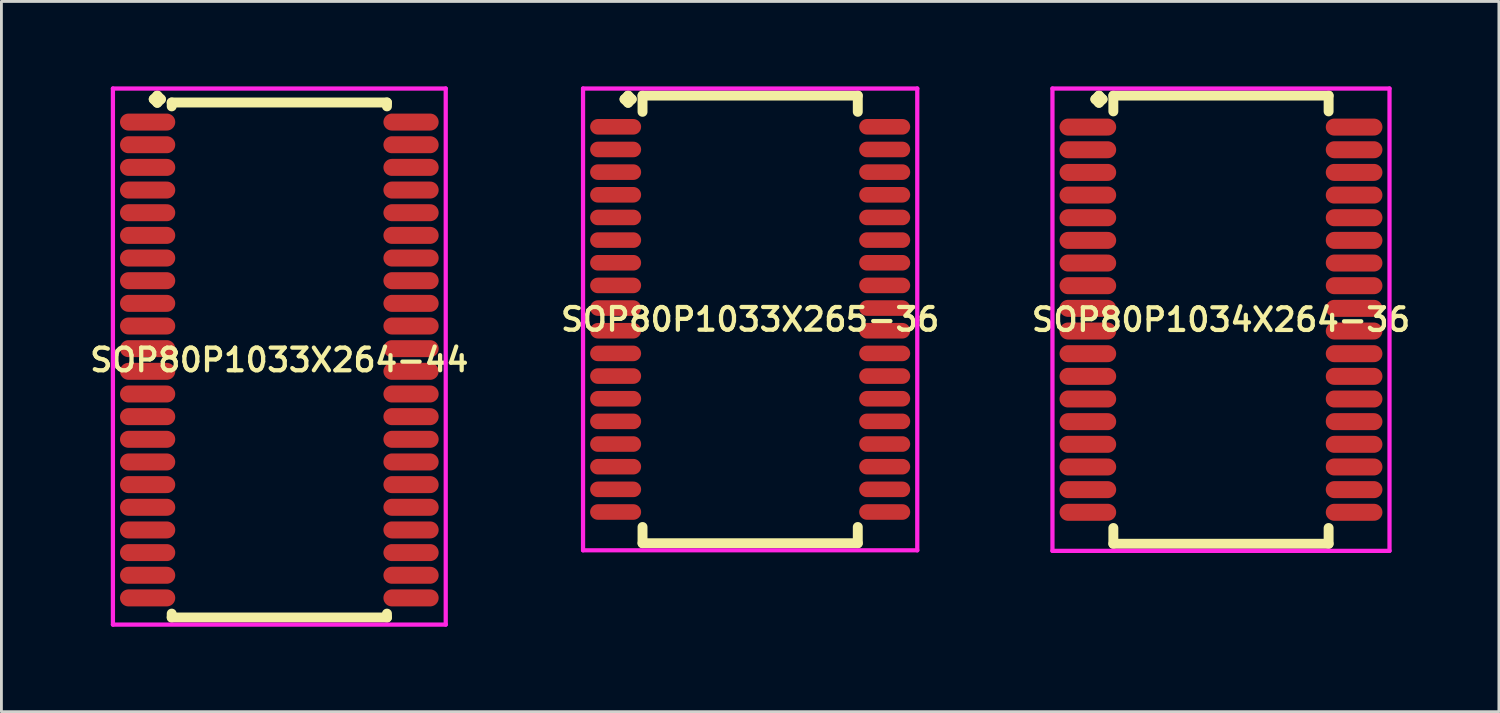
<source format=kicad_pcb>
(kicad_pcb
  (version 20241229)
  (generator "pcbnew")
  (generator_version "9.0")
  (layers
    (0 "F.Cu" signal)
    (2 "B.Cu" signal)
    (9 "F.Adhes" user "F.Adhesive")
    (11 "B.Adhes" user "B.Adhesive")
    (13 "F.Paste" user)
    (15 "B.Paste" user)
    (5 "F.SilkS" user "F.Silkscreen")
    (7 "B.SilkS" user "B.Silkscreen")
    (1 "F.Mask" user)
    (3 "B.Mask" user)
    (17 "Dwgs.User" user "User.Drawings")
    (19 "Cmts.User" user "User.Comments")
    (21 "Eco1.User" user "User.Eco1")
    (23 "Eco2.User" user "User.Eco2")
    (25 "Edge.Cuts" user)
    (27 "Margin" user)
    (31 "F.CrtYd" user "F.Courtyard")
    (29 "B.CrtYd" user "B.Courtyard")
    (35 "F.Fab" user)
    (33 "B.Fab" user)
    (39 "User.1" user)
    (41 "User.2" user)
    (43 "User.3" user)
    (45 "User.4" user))
  (footprint "SOP80P1033X265-36"
    (layer "F.Cu")
    (at 23.435 8.227)
    (property "Reference" "SOP80P1033X265-36" (at 0 0 0) (layer "F.SilkS") (effects (font (size 0.8 0.8) (thickness 0.15))))
    (attr smd)
    (fp_line (start -4.435 -7.775) (end -4.308 -7.902) (stroke (width 0.35) (type solid)) (layer "F.SilkS"))
    (fp_line (start -4.308 -7.902) (end -4.181 -7.775) (stroke (width 0.35) (type solid)) (layer "F.SilkS"))
    (fp_line (start -4.308 -7.648) (end -4.435 -7.775) (stroke (width 0.35) (type solid)) (layer "F.SilkS"))
    (fp_line (start -4.181 -7.775) (end -4.308 -7.648) (stroke (width 0.35) (type solid)) (layer "F.SilkS"))
    (fp_line (start -3.8 -7.902) (end 3.8 -7.902) (stroke (width 0.35) (type solid)) (layer "F.SilkS"))
    (fp_line (start -3.8 -7.329) (end -3.8 -7.902) (stroke (width 0.35) (type solid)) (layer "F.SilkS"))
    (fp_line (start -3.8 7.329) (end -3.8 7.902) (stroke (width 0.35) (type solid)) (layer "F.SilkS"))
    (fp_line (start -3.8 7.902) (end 3.8 7.902) (stroke (width 0.35) (type solid)) (layer "F.SilkS"))
    (fp_line (start 3.8 -7.902) (end 3.8 -7.329) (stroke (width 0.35) (type solid)) (layer "F.SilkS"))
    (fp_line (start 3.8 7.902) (end 3.8 7.329) (stroke (width 0.35) (type solid)) (layer "F.SilkS"))
    (fp_line (start -5.9 -8.152) (end 5.9 -8.152) (stroke (width 0.15) (type solid)) (layer "F.CrtYd"))
    (fp_line (start -5.9 8.152) (end -5.9 -8.152) (stroke (width 0.15) (type solid)) (layer "F.CrtYd"))
    (fp_line (start 5.9 -8.152) (end 5.9 8.152) (stroke (width 0.15) (type solid)) (layer "F.CrtYd"))
    (fp_line (start 5.9 8.152) (end -5.9 8.152) (stroke (width 0.15) (type solid)) (layer "F.CrtYd"))
    (pad "1" smd oval (at -4.75 -6.8) (size 1.8 0.55) (layers "F.Cu" "F.Mask" "F.Paste"))
    (pad "2" smd oval (at -4.75 -6) (size 1.8 0.55) (layers "F.Cu" "F.Mask" "F.Paste"))
    (pad "3" smd oval (at -4.75 -5.2) (size 1.8 0.55) (layers "F.Cu" "F.Mask" "F.Paste"))
    (pad "4" smd oval (at -4.75 -4.4) (size 1.8 0.55) (layers "F.Cu" "F.Mask" "F.Paste"))
    (pad "5" smd oval (at -4.75 -3.6) (size 1.8 0.55) (layers "F.Cu" "F.Mask" "F.Paste"))
    (pad "6" smd oval (at -4.75 -2.8) (size 1.8 0.55) (layers "F.Cu" "F.Mask" "F.Paste"))
    (pad "7" smd oval (at -4.75 -2) (size 1.8 0.55) (layers "F.Cu" "F.Mask" "F.Paste"))
    (pad "8" smd oval (at -4.75 -1.2) (size 1.8 0.55) (layers "F.Cu" "F.Mask" "F.Paste"))
    (pad "9" smd oval (at -4.75 -0.4) (size 1.8 0.55) (layers "F.Cu" "F.Mask" "F.Paste"))
    (pad "10" smd oval (at -4.75 0.4) (size 1.8 0.55) (layers "F.Cu" "F.Mask" "F.Paste"))
    (pad "11" smd oval (at -4.75 1.2) (size 1.8 0.55) (layers "F.Cu" "F.Mask" "F.Paste"))
    (pad "12" smd oval (at -4.75 2) (size 1.8 0.55) (layers "F.Cu" "F.Mask" "F.Paste"))
    (pad "13" smd oval (at -4.75 2.8) (size 1.8 0.55) (layers "F.Cu" "F.Mask" "F.Paste"))
    (pad "14" smd oval (at -4.75 3.6) (size 1.8 0.55) (layers "F.Cu" "F.Mask" "F.Paste"))
    (pad "15" smd oval (at -4.75 4.4) (size 1.8 0.55) (layers "F.Cu" "F.Mask" "F.Paste"))
    (pad "16" smd oval (at -4.75 5.2) (size 1.8 0.55) (layers "F.Cu" "F.Mask" "F.Paste"))
    (pad "17" smd oval (at -4.75 6) (size 1.8 0.55) (layers "F.Cu" "F.Mask" "F.Paste"))
    (pad "18" smd oval (at -4.75 6.8) (size 1.8 0.55) (layers "F.Cu" "F.Mask" "F.Paste"))
    (pad "19" smd oval (at 4.75 6.8) (size 1.8 0.55) (layers "F.Cu" "F.Mask" "F.Paste"))
    (pad "20" smd oval (at 4.75 6) (size 1.8 0.55) (layers "F.Cu" "F.Mask" "F.Paste"))
    (pad "21" smd oval (at 4.75 5.2) (size 1.8 0.55) (layers "F.Cu" "F.Mask" "F.Paste"))
    (pad "22" smd oval (at 4.75 4.4) (size 1.8 0.55) (layers "F.Cu" "F.Mask" "F.Paste"))
    (pad "23" smd oval (at 4.75 3.6) (size 1.8 0.55) (layers "F.Cu" "F.Mask" "F.Paste"))
    (pad "24" smd oval (at 4.75 2.8) (size 1.8 0.55) (layers "F.Cu" "F.Mask" "F.Paste"))
    (pad "25" smd oval (at 4.75 2) (size 1.8 0.55) (layers "F.Cu" "F.Mask" "F.Paste"))
    (pad "26" smd oval (at 4.75 1.2) (size 1.8 0.55) (layers "F.Cu" "F.Mask" "F.Paste"))
    (pad "27" smd oval (at 4.75 0.4) (size 1.8 0.55) (layers "F.Cu" "F.Mask" "F.Paste"))
    (pad "28" smd oval (at 4.75 -0.4) (size 1.8 0.55) (layers "F.Cu" "F.Mask" "F.Paste"))
    (pad "29" smd oval (at 4.75 -1.2) (size 1.8 0.55) (layers "F.Cu" "F.Mask" "F.Paste"))
    (pad "30" smd oval (at 4.75 -2) (size 1.8 0.55) (layers "F.Cu" "F.Mask" "F.Paste"))
    (pad "31" smd oval (at 4.75 -2.8) (size 1.8 0.55) (layers "F.Cu" "F.Mask" "F.Paste"))
    (pad "32" smd oval (at 4.75 -3.6) (size 1.8 0.55) (layers "F.Cu" "F.Mask" "F.Paste"))
    (pad "33" smd oval (at 4.75 -4.4) (size 1.8 0.55) (layers "F.Cu" "F.Mask" "F.Paste"))
    (pad "34" smd oval (at 4.75 -5.2) (size 1.8 0.55) (layers "F.Cu" "F.Mask" "F.Paste"))
    (pad "35" smd oval (at 4.75 -6) (size 1.8 0.55) (layers "F.Cu" "F.Mask" "F.Paste"))
    (pad "36" smd oval (at 4.75 -6.8) (size 1.8 0.55) (layers "F.Cu" "F.Mask" "F.Paste")))
  (footprint "SOP80P1033X264-44"
    (layer "F.Cu")
    (at 6.812 9.66)
    (property "Reference" "SOP80P1033X264-44" (at 0 0 0) (layer "F.SilkS") (effects (font (size 0.8 0.8) (thickness 0.15))))
    (attr smd)
    (fp_line (start -4.435 -9.208) (end -4.308 -9.335) (stroke (width 0.35) (type solid)) (layer "F.SilkS"))
    (fp_line (start -4.308 -9.335) (end -4.181 -9.208) (stroke (width 0.35) (type solid)) (layer "F.SilkS"))
    (fp_line (start -4.308 -9.081) (end -4.435 -9.208) (stroke (width 0.35) (type solid)) (layer "F.SilkS"))
    (fp_line (start -4.181 -9.208) (end -4.308 -9.081) (stroke (width 0.35) (type solid)) (layer "F.SilkS"))
    (fp_line (start -3.8 -9.092) (end 3.8 -9.092) (stroke (width 0.35) (type solid)) (layer "F.SilkS"))
    (fp_line (start -3.8 -8.954) (end -3.8 -9.092) (stroke (width 0.35) (type solid)) (layer "F.SilkS"))
    (fp_line (start -3.8 8.954) (end -3.8 9.092) (stroke (width 0.35) (type solid)) (layer "F.SilkS"))
    (fp_line (start -3.8 9.092) (end 3.8 9.092) (stroke (width 0.35) (type solid)) (layer "F.SilkS"))
    (fp_line (start 3.8 -9.092) (end 3.8 -8.954) (stroke (width 0.35) (type solid)) (layer "F.SilkS"))
    (fp_line (start 3.8 9.092) (end 3.8 8.954) (stroke (width 0.35) (type solid)) (layer "F.SilkS"))
    (fp_line (start -5.875 -9.585) (end 5.875 -9.585) (stroke (width 0.15) (type solid)) (layer "F.CrtYd"))
    (fp_line (start -5.875 9.342) (end -5.875 -9.585) (stroke (width 0.15) (type solid)) (layer "F.CrtYd"))
    (fp_line (start 5.875 -9.585) (end 5.875 9.342) (stroke (width 0.15) (type solid)) (layer "F.CrtYd"))
    (fp_line (start 5.875 9.342) (end -5.875 9.342) (stroke (width 0.15) (type solid)) (layer "F.CrtYd"))
    (pad "1" smd oval (at -4.65 -8.4) (size 1.95 0.6) (layers "F.Cu" "F.Mask" "F.Paste"))
    (pad "2" smd oval (at -4.65 -7.6) (size 1.95 0.6) (layers "F.Cu" "F.Mask" "F.Paste"))
    (pad "3" smd oval (at -4.65 -6.8) (size 1.95 0.6) (layers "F.Cu" "F.Mask" "F.Paste"))
    (pad "4" smd oval (at -4.65 -6) (size 1.95 0.6) (layers "F.Cu" "F.Mask" "F.Paste"))
    (pad "5" smd oval (at -4.65 -5.2) (size 1.95 0.6) (layers "F.Cu" "F.Mask" "F.Paste"))
    (pad "6" smd oval (at -4.65 -4.4) (size 1.95 0.6) (layers "F.Cu" "F.Mask" "F.Paste"))
    (pad "7" smd oval (at -4.65 -3.6) (size 1.95 0.6) (layers "F.Cu" "F.Mask" "F.Paste"))
    (pad "8" smd oval (at -4.65 -2.8) (size 1.95 0.6) (layers "F.Cu" "F.Mask" "F.Paste"))
    (pad "9" smd oval (at -4.65 -2) (size 1.95 0.6) (layers "F.Cu" "F.Mask" "F.Paste"))
    (pad "10" smd oval (at -4.65 -1.2) (size 1.95 0.6) (layers "F.Cu" "F.Mask" "F.Paste"))
    (pad "11" smd oval (at -4.65 -0.4) (size 1.95 0.6) (layers "F.Cu" "F.Mask" "F.Paste"))
    (pad "12" smd oval (at -4.65 0.4) (size 1.95 0.6) (layers "F.Cu" "F.Mask" "F.Paste"))
    (pad "13" smd oval (at -4.65 1.2) (size 1.95 0.6) (layers "F.Cu" "F.Mask" "F.Paste"))
    (pad "14" smd oval (at -4.65 2) (size 1.95 0.6) (layers "F.Cu" "F.Mask" "F.Paste"))
    (pad "15" smd oval (at -4.65 2.8) (size 1.95 0.6) (layers "F.Cu" "F.Mask" "F.Paste"))
    (pad "16" smd oval (at -4.65 3.6) (size 1.95 0.6) (layers "F.Cu" "F.Mask" "F.Paste"))
    (pad "17" smd oval (at -4.65 4.4) (size 1.95 0.6) (layers "F.Cu" "F.Mask" "F.Paste"))
    (pad "18" smd oval (at -4.65 5.2) (size 1.95 0.6) (layers "F.Cu" "F.Mask" "F.Paste"))
    (pad "19" smd oval (at -4.65 6) (size 1.95 0.6) (layers "F.Cu" "F.Mask" "F.Paste"))
    (pad "20" smd oval (at -4.65 6.8) (size 1.95 0.6) (layers "F.Cu" "F.Mask" "F.Paste"))
    (pad "21" smd oval (at -4.65 7.6) (size 1.95 0.6) (layers "F.Cu" "F.Mask" "F.Paste"))
    (pad "22" smd oval (at -4.65 8.4) (size 1.95 0.6) (layers "F.Cu" "F.Mask" "F.Paste"))
    (pad "23" smd oval (at 4.65 8.4) (size 1.95 0.6) (layers "F.Cu" "F.Mask" "F.Paste"))
    (pad "24" smd oval (at 4.65 7.6) (size 1.95 0.6) (layers "F.Cu" "F.Mask" "F.Paste"))
    (pad "25" smd oval (at 4.65 6.8) (size 1.95 0.6) (layers "F.Cu" "F.Mask" "F.Paste"))
    (pad "26" smd oval (at 4.65 6) (size 1.95 0.6) (layers "F.Cu" "F.Mask" "F.Paste"))
    (pad "27" smd oval (at 4.65 5.2) (size 1.95 0.6) (layers "F.Cu" "F.Mask" "F.Paste"))
    (pad "28" smd oval (at 4.65 4.4) (size 1.95 0.6) (layers "F.Cu" "F.Mask" "F.Paste"))
    (pad "29" smd oval (at 4.65 3.6) (size 1.95 0.6) (layers "F.Cu" "F.Mask" "F.Paste"))
    (pad "30" smd oval (at 4.65 2.8) (size 1.95 0.6) (layers "F.Cu" "F.Mask" "F.Paste"))
    (pad "31" smd oval (at 4.65 2) (size 1.95 0.6) (layers "F.Cu" "F.Mask" "F.Paste"))
    (pad "32" smd oval (at 4.65 1.2) (size 1.95 0.6) (layers "F.Cu" "F.Mask" "F.Paste"))
    (pad "33" smd oval (at 4.65 0.4) (size 1.95 0.6) (layers "F.Cu" "F.Mask" "F.Paste"))
    (pad "34" smd oval (at 4.65 -0.4) (size 1.95 0.6) (layers "F.Cu" "F.Mask" "F.Paste"))
    (pad "35" smd oval (at 4.65 -1.2) (size 1.95 0.6) (layers "F.Cu" "F.Mask" "F.Paste"))
    (pad "36" smd oval (at 4.65 -2) (size 1.95 0.6) (layers "F.Cu" "F.Mask" "F.Paste"))
    (pad "37" smd oval (at 4.65 -2.8) (size 1.95 0.6) (layers "F.Cu" "F.Mask" "F.Paste"))
    (pad "38" smd oval (at 4.65 -3.6) (size 1.95 0.6) (layers "F.Cu" "F.Mask" "F.Paste"))
    (pad "39" smd oval (at 4.65 -4.4) (size 1.95 0.6) (layers "F.Cu" "F.Mask" "F.Paste"))
    (pad "40" smd oval (at 4.65 -5.2) (size 1.95 0.6) (layers "F.Cu" "F.Mask" "F.Paste"))
    (pad "41" smd oval (at 4.65 -6) (size 1.95 0.6) (layers "F.Cu" "F.Mask" "F.Paste"))
    (pad "42" smd oval (at 4.65 -6.8) (size 1.95 0.6) (layers "F.Cu" "F.Mask" "F.Paste"))
    (pad "43" smd oval (at 4.65 -7.6) (size 1.95 0.6) (layers "F.Cu" "F.Mask" "F.Paste"))
    (pad "44" smd oval (at 4.65 -8.4) (size 1.95 0.6) (layers "F.Cu" "F.Mask" "F.Paste")))
  (footprint "SOP80P1034X264-36"
    (layer "F.Cu")
    (at 40.058 8.237)
    (property "Reference" "SOP80P1034X264-36" (at 0 0 0) (layer "F.SilkS") (effects (font (size 0.8 0.8) (thickness 0.15))))
    (attr through_hole)
    (fp_line (start -4.435 -7.785) (end -4.308 -7.912) (stroke (width 0.35) (type solid)) (layer "F.SilkS"))
    (fp_line (start -4.308 -7.912) (end -4.181 -7.785) (stroke (width 0.35) (type solid)) (layer "F.SilkS"))
    (fp_line (start -4.308 -7.658) (end -4.435 -7.785) (stroke (width 0.35) (type solid)) (layer "F.SilkS"))
    (fp_line (start -4.181 -7.785) (end -4.308 -7.658) (stroke (width 0.35) (type solid)) (layer "F.SilkS"))
    (fp_line (start -3.8 -7.912) (end 3.8 -7.912) (stroke (width 0.35) (type solid)) (layer "F.SilkS"))
    (fp_line (start -3.8 -7.354) (end -3.8 -7.912) (stroke (width 0.35) (type solid)) (layer "F.SilkS"))
    (fp_line (start -3.8 7.354) (end -3.8 7.912) (stroke (width 0.35) (type solid)) (layer "F.SilkS"))
    (fp_line (start -3.8 7.912) (end 3.8 7.912) (stroke (width 0.35) (type solid)) (layer "F.SilkS"))
    (fp_line (start 3.8 -7.912) (end 3.8 -7.354) (stroke (width 0.35) (type solid)) (layer "F.SilkS"))
    (fp_line (start 3.8 7.912) (end 3.8 7.354) (stroke (width 0.35) (type solid)) (layer "F.SilkS"))
    (fp_line (start -5.95 -8.162) (end 5.95 -8.162) (stroke (width 0.15) (type solid)) (layer "F.CrtYd"))
    (fp_line (start -5.95 8.162) (end -5.95 -8.162) (stroke (width 0.15) (type solid)) (layer "F.CrtYd"))
    (fp_line (start 5.95 -8.162) (end 5.95 8.162) (stroke (width 0.15) (type solid)) (layer "F.CrtYd"))
    (fp_line (start 5.95 8.162) (end -5.95 8.162) (stroke (width 0.15) (type solid)) (layer "F.CrtYd"))
    (pad "1" smd oval (at -4.7 -6.8) (size 2 0.6) (layers "F.Cu" "F.Mask" "F.Paste"))
    (pad "2" smd oval (at -4.7 -6) (size 2 0.6) (layers "F.Cu" "F.Mask" "F.Paste"))
    (pad "3" smd oval (at -4.7 -5.2) (size 2 0.6) (layers "F.Cu" "F.Mask" "F.Paste"))
    (pad "4" smd oval (at -4.7 -4.4) (size 2 0.6) (layers "F.Cu" "F.Mask" "F.Paste"))
    (pad "5" smd oval (at -4.7 -3.6) (size 2 0.6) (layers "F.Cu" "F.Mask" "F.Paste"))
    (pad "6" smd oval (at -4.7 -2.8) (size 2 0.6) (layers "F.Cu" "F.Mask" "F.Paste"))
    (pad "7" smd oval (at -4.7 -2) (size 2 0.6) (layers "F.Cu" "F.Mask" "F.Paste"))
    (pad "8" smd oval (at -4.7 -1.2) (size 2 0.6) (layers "F.Cu" "F.Mask" "F.Paste"))
    (pad "9" smd oval (at -4.7 -0.4) (size 2 0.6) (layers "F.Cu" "F.Mask" "F.Paste"))
    (pad "10" smd oval (at -4.7 0.4) (size 2 0.6) (layers "F.Cu" "F.Mask" "F.Paste"))
    (pad "11" smd oval (at -4.7 1.2) (size 2 0.6) (layers "F.Cu" "F.Mask" "F.Paste"))
    (pad "12" smd oval (at -4.7 2) (size 2 0.6) (layers "F.Cu" "F.Mask" "F.Paste"))
    (pad "13" smd oval (at -4.7 2.8) (size 2 0.6) (layers "F.Cu" "F.Mask" "F.Paste"))
    (pad "14" smd oval (at -4.7 3.6) (size 2 0.6) (layers "F.Cu" "F.Mask" "F.Paste"))
    (pad "15" smd oval (at -4.7 4.4) (size 2 0.6) (layers "F.Cu" "F.Mask" "F.Paste"))
    (pad "16" smd oval (at -4.7 5.2) (size 2 0.6) (layers "F.Cu" "F.Mask" "F.Paste"))
    (pad "17" smd oval (at -4.7 6) (size 2 0.6) (layers "F.Cu" "F.Mask" "F.Paste"))
    (pad "18" smd oval (at -4.7 6.8) (size 2 0.6) (layers "F.Cu" "F.Mask" "F.Paste"))
    (pad "19" smd oval (at 4.7 6.8) (size 2 0.6) (layers "F.Cu" "F.Mask" "F.Paste"))
    (pad "20" smd oval (at 4.7 6) (size 2 0.6) (layers "F.Cu" "F.Mask" "F.Paste"))
    (pad "21" smd oval (at 4.7 5.2) (size 2 0.6) (layers "F.Cu" "F.Mask" "F.Paste"))
    (pad "22" smd oval (at 4.7 4.4) (size 2 0.6) (layers "F.Cu" "F.Mask" "F.Paste"))
    (pad "23" smd oval (at 4.7 3.6) (size 2 0.6) (layers "F.Cu" "F.Mask" "F.Paste"))
    (pad "24" smd oval (at 4.7 2.8) (size 2 0.6) (layers "F.Cu" "F.Mask" "F.Paste"))
    (pad "25" smd oval (at 4.7 2) (size 2 0.6) (layers "F.Cu" "F.Mask" "F.Paste"))
    (pad "26" smd oval (at 4.7 1.2) (size 2 0.6) (layers "F.Cu" "F.Mask" "F.Paste"))
    (pad "27" smd oval (at 4.7 0.4) (size 2 0.6) (layers "F.Cu" "F.Mask" "F.Paste"))
    (pad "28" smd oval (at 4.7 -0.4) (size 2 0.6) (layers "F.Cu" "F.Mask" "F.Paste"))
    (pad "29" smd oval (at 4.7 -1.2) (size 2 0.6) (layers "F.Cu" "F.Mask" "F.Paste"))
    (pad "30" smd oval (at 4.7 -2) (size 2 0.6) (layers "F.Cu" "F.Mask" "F.Paste"))
    (pad "31" smd oval (at 4.7 -2.8) (size 2 0.6) (layers "F.Cu" "F.Mask" "F.Paste"))
    (pad "32" smd oval (at 4.7 -3.6) (size 2 0.6) (layers "F.Cu" "F.Mask" "F.Paste"))
    (pad "33" smd oval (at 4.7 -4.4) (size 2 0.6) (layers "F.Cu" "F.Mask" "F.Paste"))
    (pad "34" smd oval (at 4.7 -5.2) (size 2 0.6) (layers "F.Cu" "F.Mask" "F.Paste"))
    (pad "35" smd oval (at 4.7 -6) (size 2 0.6) (layers "F.Cu" "F.Mask" "F.Paste"))
    (pad "36" smd oval (at 4.7 -6.8) (size 2 0.6) (layers "F.Cu" "F.Mask" "F.Paste")))
  (gr_rect
    (start -3 -3)
    (end 49.87 22.077)
    (stroke (width 0.1) (type default))
    (fill no)
    (layer "Edge.Cuts")))
</source>
